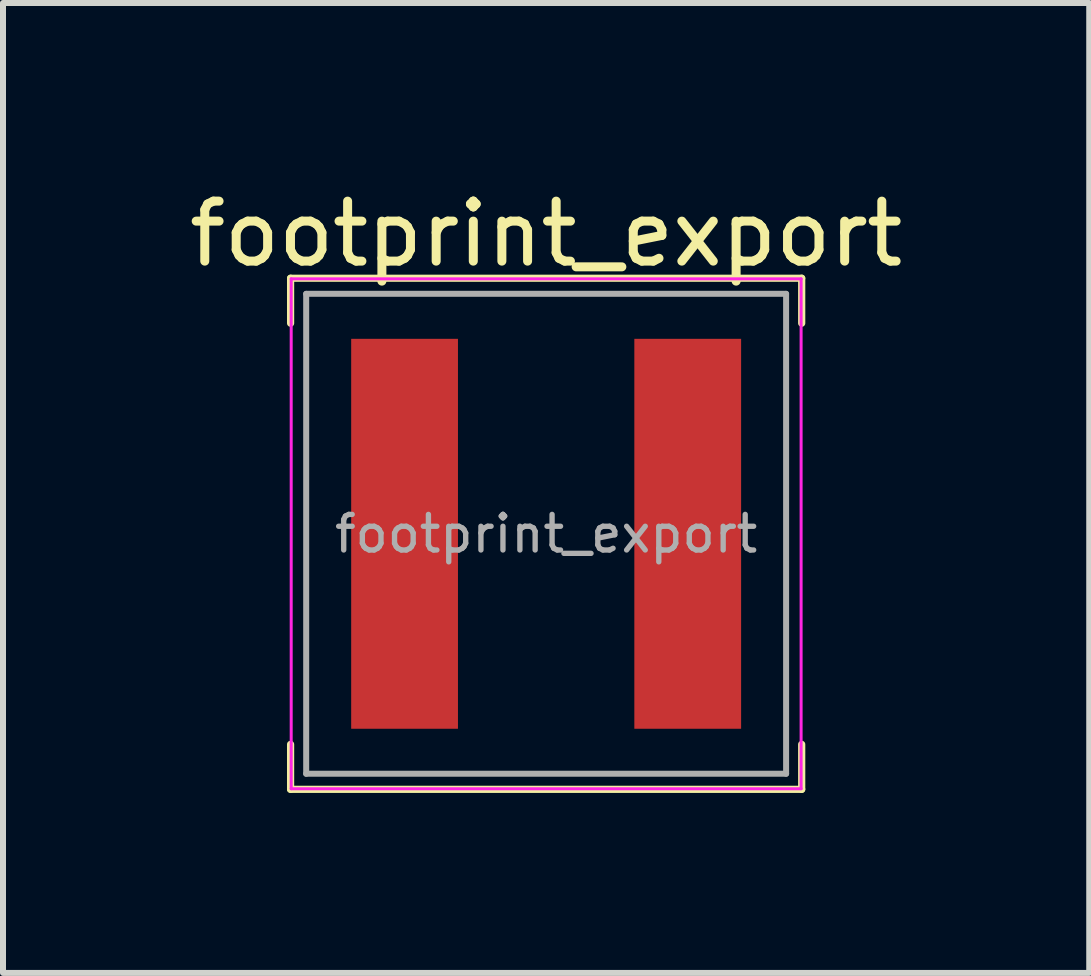
<source format=kicad_pcb>
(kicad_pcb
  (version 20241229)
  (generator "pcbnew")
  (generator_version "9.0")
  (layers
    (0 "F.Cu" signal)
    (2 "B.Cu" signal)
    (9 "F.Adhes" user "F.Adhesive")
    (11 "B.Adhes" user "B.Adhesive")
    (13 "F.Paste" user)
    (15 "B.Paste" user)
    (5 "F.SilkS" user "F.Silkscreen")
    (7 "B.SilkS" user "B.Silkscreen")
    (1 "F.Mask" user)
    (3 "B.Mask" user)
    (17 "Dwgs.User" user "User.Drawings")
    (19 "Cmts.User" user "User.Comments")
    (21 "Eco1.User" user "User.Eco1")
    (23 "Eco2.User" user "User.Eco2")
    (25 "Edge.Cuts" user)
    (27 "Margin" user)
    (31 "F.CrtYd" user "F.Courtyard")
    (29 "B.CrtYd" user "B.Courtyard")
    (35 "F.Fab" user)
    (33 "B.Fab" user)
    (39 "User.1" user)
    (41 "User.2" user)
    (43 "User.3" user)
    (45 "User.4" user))
  (footprint "footprint_export"
    (layer "F.Cu")
    (at 6.054 5.848)
    (property "Reference" "footprint_export" (at 0 -5 0) (layer "F.SilkS") (effects (font (size 1 1) (thickness 0.15))))
    (attr smd)
    (fp_line (start -4.26 -4.26) (end -4.26 -3.51) (stroke (width 0.12) (type solid)) (layer "F.SilkS"))
    (fp_line (start -4.26 -4.26) (end 4.26 -4.26) (stroke (width 0.12) (type solid)) (layer "F.SilkS"))
    (fp_line (start -4.26 4.26) (end -4.26 3.51) (stroke (width 0.12) (type solid)) (layer "F.SilkS"))
    (fp_line (start -4.26 4.26) (end 4.26 4.26) (stroke (width 0.12) (type solid)) (layer "F.SilkS"))
    (fp_line (start 4.26 -4.26) (end 4.26 -3.51) (stroke (width 0.12) (type solid)) (layer "F.SilkS"))
    (fp_line (start 4.26 4.26) (end 4.26 3.51) (stroke (width 0.12) (type solid)) (layer "F.SilkS"))
    (fp_line (start -4.25 -4.25) (end -4.25 4.25) (stroke (width 0.05) (type solid)) (layer "F.CrtYd"))
    (fp_line (start -4.25 4.25) (end 4.25 4.25) (stroke (width 0.05) (type solid)) (layer "F.CrtYd"))
    (fp_line (start 4.25 -4.25) (end -4.25 -4.25) (stroke (width 0.05) (type solid)) (layer "F.CrtYd"))
    (fp_line (start 4.25 4.25) (end 4.25 -4.25) (stroke (width 0.05) (type solid)) (layer "F.CrtYd"))
    (fp_line (start -4 -4) (end -4 4) (stroke (width 0.1) (type solid)) (layer "F.Fab"))
    (fp_line (start -4 4) (end 4 4) (stroke (width 0.1) (type solid)) (layer "F.Fab"))
    (fp_line (start 4 -4) (end -4 -4) (stroke (width 0.1) (type solid)) (layer "F.Fab"))
    (fp_line (start 4 4) (end 4 -4) (stroke (width 0.1) (type solid)) (layer "F.Fab"))
    (fp_text user "${REFERENCE}" (at 0 0 0) (layer "F.Fab") (effects (font (size 0.593 0.593) (thickness 0.089))))
    (pad "1" smd rect (at -2.36 0) (size 1.78 6.5) (layers "F.Cu" "F.Mask" "F.Paste"))
    (pad "2" smd rect (at 2.36 0) (size 1.78 6.5) (layers "F.Cu" "F.Mask" "F.Paste")))
  (gr_rect
    (start -3 -3)
    (end 15.107 13.168)
    (stroke (width 0.1) (type default))
    (fill no)
    (layer "Edge.Cuts")))
</source>
